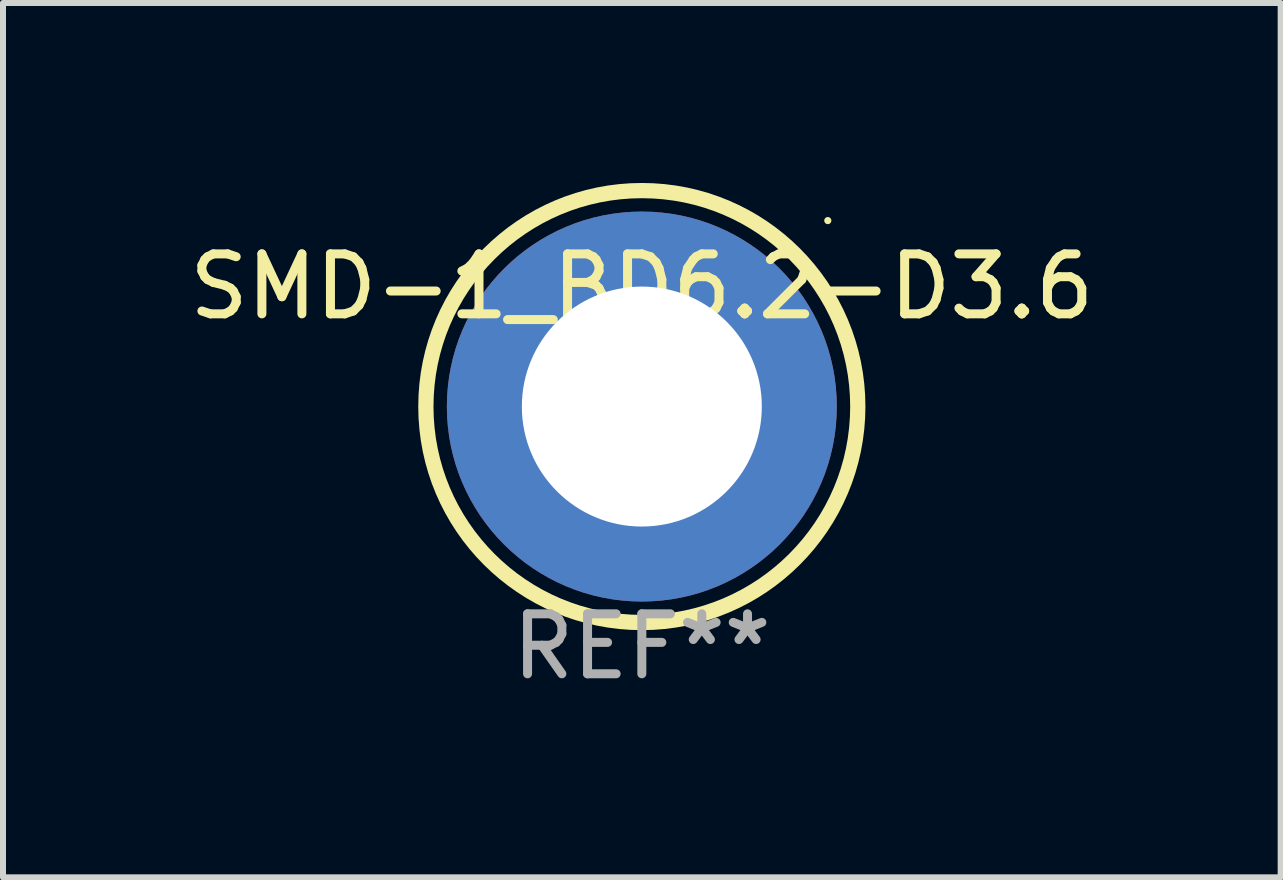
<source format=kicad_pcb>
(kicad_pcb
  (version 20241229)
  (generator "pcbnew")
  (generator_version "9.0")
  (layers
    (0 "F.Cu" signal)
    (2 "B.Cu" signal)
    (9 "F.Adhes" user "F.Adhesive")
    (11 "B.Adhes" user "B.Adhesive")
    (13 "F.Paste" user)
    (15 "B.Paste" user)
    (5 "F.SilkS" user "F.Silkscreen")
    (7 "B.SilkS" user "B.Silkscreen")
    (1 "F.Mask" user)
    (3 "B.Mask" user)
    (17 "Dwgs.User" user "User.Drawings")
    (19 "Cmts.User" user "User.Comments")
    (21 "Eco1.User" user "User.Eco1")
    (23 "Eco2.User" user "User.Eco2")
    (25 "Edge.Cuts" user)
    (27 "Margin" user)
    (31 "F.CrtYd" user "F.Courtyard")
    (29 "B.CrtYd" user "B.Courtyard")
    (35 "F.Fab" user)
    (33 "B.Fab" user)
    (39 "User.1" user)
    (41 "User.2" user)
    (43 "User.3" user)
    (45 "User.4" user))
  (footprint "SMD-1_BD6.2-D3.6"
    (layer "F.Cu")
    (at 7.649 3.727)
    (property "Reference" "SMD-1_BD6.2-D3.6" (at 0 -2 0) (layer "F.SilkS") (effects (font (size 1 1) (thickness 0.15))))
    (attr through_hole)
    (fp_circle (center 0 0) (end 3.6 0) (stroke (width 0.254) (type solid)) (fill no) (layer "F.SilkS"))
    (fp_circle (center 3.1 -3.1) (end 3.13 -3.1) (stroke (width 0.06) (type solid)) (fill no) (layer "F.SilkS"))
    (fp_text user "REF**" (at 0 4 0) (layer "F.Fab") (effects (font (size 1 1) (thickness 0.15))))
    (pad "1" thru_hole circle (at 0 0) (size 6.5 6.5) (drill 4) (layers "*.Cu" "*.Mask")))
  (gr_rect
    (start -3 -3)
    (end 18.298 11.575)
    (stroke (width 0.1) (type default))
    (fill no)
    (layer "Edge.Cuts")))
</source>
